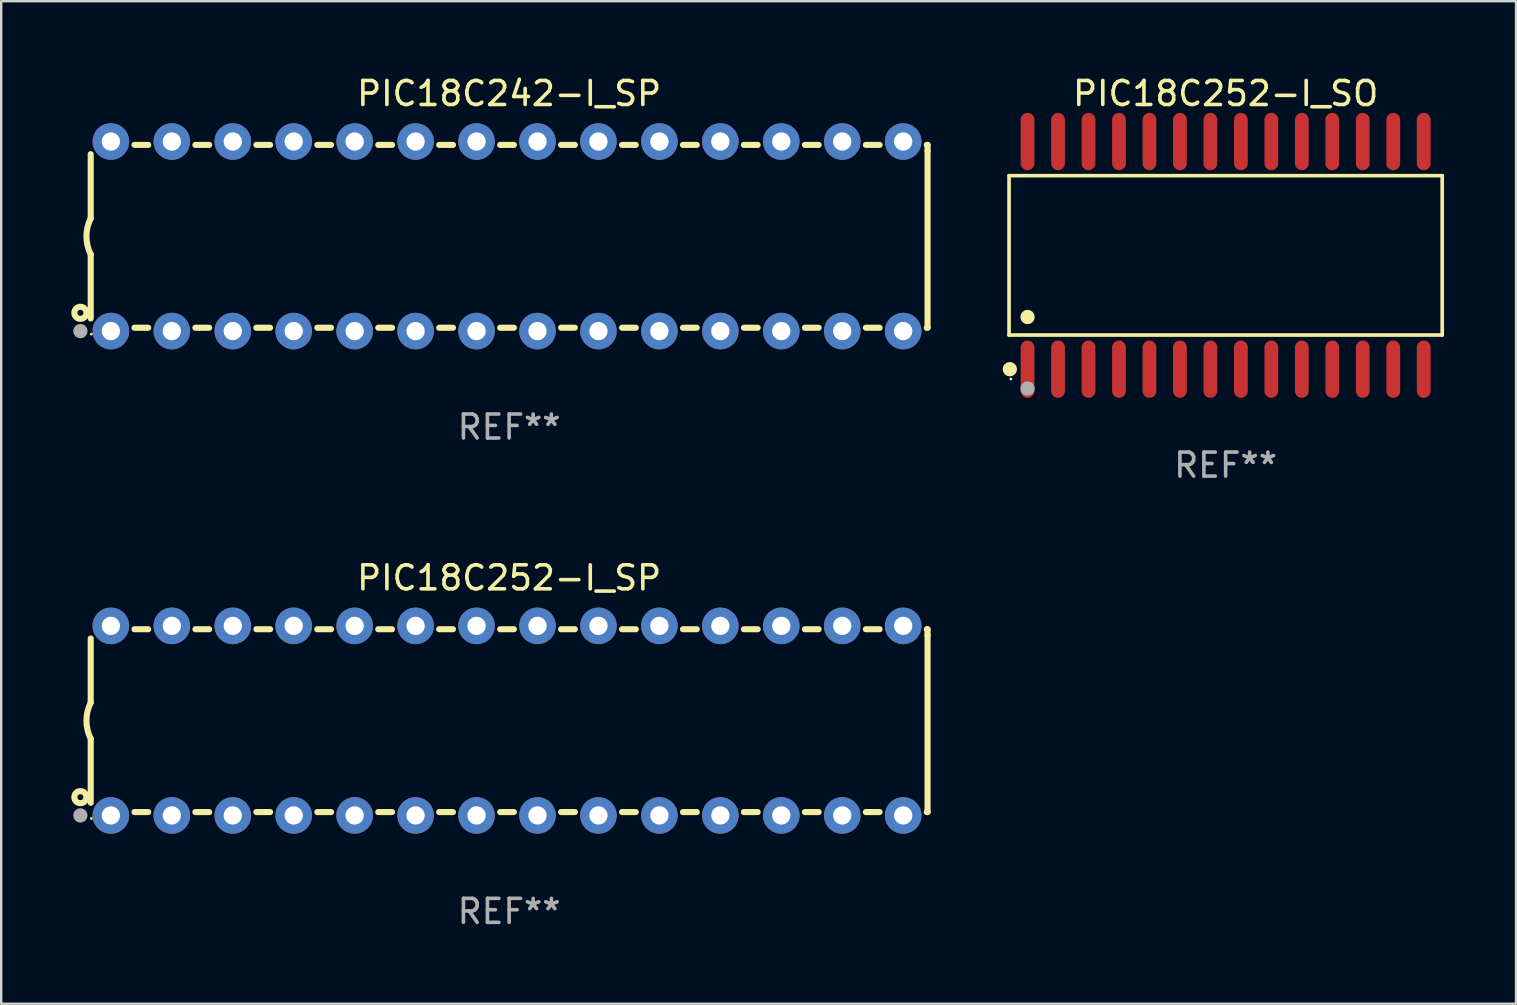
<source format=kicad_pcb>
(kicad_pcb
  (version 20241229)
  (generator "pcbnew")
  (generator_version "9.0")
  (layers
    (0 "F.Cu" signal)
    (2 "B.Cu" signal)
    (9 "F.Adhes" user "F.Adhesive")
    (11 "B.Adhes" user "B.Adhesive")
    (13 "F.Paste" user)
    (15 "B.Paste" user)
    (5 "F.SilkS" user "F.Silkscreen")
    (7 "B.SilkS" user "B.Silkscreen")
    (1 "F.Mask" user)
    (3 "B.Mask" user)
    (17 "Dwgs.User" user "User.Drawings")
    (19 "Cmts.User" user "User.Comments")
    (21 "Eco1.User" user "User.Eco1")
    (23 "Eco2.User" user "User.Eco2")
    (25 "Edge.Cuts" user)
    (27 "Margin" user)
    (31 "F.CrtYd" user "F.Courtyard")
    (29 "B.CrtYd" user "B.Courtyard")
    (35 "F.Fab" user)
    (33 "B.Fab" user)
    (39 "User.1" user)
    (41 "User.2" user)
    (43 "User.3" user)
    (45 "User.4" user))
  (footprint "PIC18C242-I_SP"
    (layer "F.Cu")
    (at 18.168 6.798)
    (property "Reference" "PIC18C242-I_SP" (at 0 -5.95 0) (layer "F.SilkS") (effects (font (size 1 1) (thickness 0.15))))
    (attr through_hole)
    (fp_line (start -17.438 0.75) (end -17.438 3.423) (stroke (width 0.254) (type solid)) (layer "F.SilkS"))
    (fp_line (start -17.438 -3.423) (end -17.438 -0.75) (stroke (width 0.254) (type solid)) (layer "F.SilkS"))
    (fp_line (start -15.615 3.81) (end -15.041 3.81) (stroke (width 0.254) (type solid)) (layer "F.SilkS"))
    (fp_line (start -15.041 -3.81) (end -15.614 -3.81) (stroke (width 0.254) (type solid)) (layer "F.SilkS"))
    (fp_line (start -13.075 3.81) (end -12.501 3.81) (stroke (width 0.254) (type solid)) (layer "F.SilkS"))
    (fp_line (start -12.501 -3.81) (end -13.074 -3.81) (stroke (width 0.254) (type solid)) (layer "F.SilkS"))
    (fp_line (start -10.535 3.81) (end -9.961 3.81) (stroke (width 0.254) (type solid)) (layer "F.SilkS"))
    (fp_line (start -9.961 -3.81) (end -10.534 -3.81) (stroke (width 0.254) (type solid)) (layer "F.SilkS"))
    (fp_line (start -7.995 3.81) (end -7.421 3.81) (stroke (width 0.254) (type solid)) (layer "F.SilkS"))
    (fp_line (start -7.421 -3.81) (end -7.995 -3.81) (stroke (width 0.254) (type solid)) (layer "F.SilkS"))
    (fp_line (start -5.455 3.81) (end -4.881 3.81) (stroke (width 0.254) (type solid)) (layer "F.SilkS"))
    (fp_line (start -4.881 -3.81) (end -5.455 -3.81) (stroke (width 0.254) (type solid)) (layer "F.SilkS"))
    (fp_line (start -2.915 3.81) (end -2.341 3.81) (stroke (width 0.254) (type solid)) (layer "F.SilkS"))
    (fp_line (start -2.341 -3.81) (end -2.915 -3.81) (stroke (width 0.254) (type solid)) (layer "F.SilkS"))
    (fp_line (start -0.375 3.81) (end 0.199 3.81) (stroke (width 0.254) (type solid)) (layer "F.SilkS"))
    (fp_line (start 0.199 -3.81) (end -0.375 -3.81) (stroke (width 0.254) (type solid)) (layer "F.SilkS"))
    (fp_line (start 2.165 3.81) (end 2.739 3.81) (stroke (width 0.254) (type solid)) (layer "F.SilkS"))
    (fp_line (start 2.739 -3.81) (end 2.165 -3.81) (stroke (width 0.254) (type solid)) (layer "F.SilkS"))
    (fp_line (start 4.705 3.81) (end 5.279 3.81) (stroke (width 0.254) (type solid)) (layer "F.SilkS"))
    (fp_line (start 5.279 -3.81) (end 4.705 -3.81) (stroke (width 0.254) (type solid)) (layer "F.SilkS"))
    (fp_line (start 7.245 3.81) (end 7.819 3.81) (stroke (width 0.254) (type solid)) (layer "F.SilkS"))
    (fp_line (start 7.819 -3.81) (end 7.245 -3.81) (stroke (width 0.254) (type solid)) (layer "F.SilkS"))
    (fp_line (start 9.785 3.81) (end 10.359 3.81) (stroke (width 0.254) (type solid)) (layer "F.SilkS"))
    (fp_line (start 10.359 -3.81) (end 9.785 -3.81) (stroke (width 0.254) (type solid)) (layer "F.SilkS"))
    (fp_line (start 12.325 3.81) (end 12.899 3.81) (stroke (width 0.254) (type solid)) (layer "F.SilkS"))
    (fp_line (start 12.899 -3.81) (end 12.325 -3.81) (stroke (width 0.254) (type solid)) (layer "F.SilkS"))
    (fp_line (start 14.865 3.81) (end 15.439 3.81) (stroke (width 0.254) (type solid)) (layer "F.SilkS"))
    (fp_line (start 15.439 -3.81) (end 14.865 -3.81) (stroke (width 0.254) (type solid)) (layer "F.SilkS"))
    (fp_line (start 17.405 3.81) (end 17.438 3.81) (stroke (width 0.254) (type solid)) (layer "F.SilkS"))
    (fp_line (start 17.438 -3.81) (end 17.405 -3.81) (stroke (width 0.254) (type solid)) (layer "F.SilkS"))
    (fp_line (start 17.438 -3.556) (end 17.438 -3.81) (stroke (width 0.254) (type solid)) (layer "F.SilkS"))
    (fp_line (start 17.438 3.81) (end 17.438 -3.556) (stroke (width 0.254) (type solid)) (layer "F.SilkS"))
    (fp_arc (start -17.437986 0.749657) (mid -17.614887 -0.000024) (end -17.437783 -0.749657) (stroke (width 0.254001) (type solid)) (layer "F.SilkS"))
    (fp_circle (center -17.868 3.188) (end -17.743 3.188) (stroke (width 0.254) (type solid)) (fill no) (layer "F.SilkS"))
    (fp_circle (center -17.411 4.077) (end -17.381 4.077) (stroke (width 0.06) (type solid)) (fill no) (layer "F.SilkS"))
    (fp_circle (center -17.868 3.95) (end -17.718 3.95) (stroke (width 0.3) (type solid)) (fill no) (layer "F.Fab"))
    (fp_text user "REF**" (at 0 7.95 0) (layer "F.Fab") (effects (font (size 1 1) (thickness 0.15))))
    (pad "1" thru_hole circle (at -16.598 3.95) (size 1.524 1.524) (drill 0.762) (layers "*.Cu" "*.Mask"))
    (pad "2" thru_hole circle (at -14.058 3.95) (size 1.524 1.524) (drill 0.762) (layers "*.Cu" "*.Mask"))
    (pad "3" thru_hole circle (at -11.518 3.95) (size 1.524 1.524) (drill 0.762) (layers "*.Cu" "*.Mask"))
    (pad "4" thru_hole circle (at -8.978 3.95) (size 1.524 1.524) (drill 0.762) (layers "*.Cu" "*.Mask"))
    (pad "5" thru_hole circle (at -6.438 3.95) (size 1.524 1.524) (drill 0.762) (layers "*.Cu" "*.Mask"))
    (pad "6" thru_hole circle (at -3.898 3.95) (size 1.524 1.524) (drill 0.762) (layers "*.Cu" "*.Mask"))
    (pad "7" thru_hole circle (at -1.358 3.95) (size 1.524 1.524) (drill 0.762) (layers "*.Cu" "*.Mask"))
    (pad "8" thru_hole circle (at 1.182 3.95) (size 1.524 1.524) (drill 0.762) (layers "*.Cu" "*.Mask"))
    (pad "9" thru_hole circle (at 3.722 3.95) (size 1.524 1.524) (drill 0.762) (layers "*.Cu" "*.Mask"))
    (pad "10" thru_hole circle (at 6.262 3.95) (size 1.524 1.524) (drill 0.762) (layers "*.Cu" "*.Mask"))
    (pad "11" thru_hole circle (at 8.802 3.95) (size 1.524 1.524) (drill 0.762) (layers "*.Cu" "*.Mask"))
    (pad "12" thru_hole circle (at 11.342 3.95) (size 1.524 1.524) (drill 0.762) (layers "*.Cu" "*.Mask"))
    (pad "13" thru_hole circle (at 13.882 3.95) (size 1.524 1.524) (drill 0.762) (layers "*.Cu" "*.Mask"))
    (pad "14" thru_hole circle (at 16.422 3.95) (size 1.524 1.524) (drill 0.762) (layers "*.Cu" "*.Mask"))
    (pad "15" thru_hole circle (at 16.422 -3.95) (size 1.524 1.524) (drill 0.762) (layers "*.Cu" "*.Mask"))
    (pad "16" thru_hole circle (at 13.882 -3.95) (size 1.524 1.524) (drill 0.762) (layers "*.Cu" "*.Mask"))
    (pad "17" thru_hole circle (at 11.342 -3.95) (size 1.524 1.524) (drill 0.762) (layers "*.Cu" "*.Mask"))
    (pad "18" thru_hole circle (at 8.802 -3.95) (size 1.524 1.524) (drill 0.762) (layers "*.Cu" "*.Mask"))
    (pad "19" thru_hole circle (at 6.262 -3.95) (size 1.524 1.524) (drill 0.762) (layers "*.Cu" "*.Mask"))
    (pad "20" thru_hole circle (at 3.722 -3.95) (size 1.524 1.524) (drill 0.762) (layers "*.Cu" "*.Mask"))
    (pad "21" thru_hole circle (at 1.182 -3.95) (size 1.524 1.524) (drill 0.762) (layers "*.Cu" "*.Mask"))
    (pad "22" thru_hole circle (at -1.358 -3.95) (size 1.524 1.524) (drill 0.762) (layers "*.Cu" "*.Mask"))
    (pad "23" thru_hole circle (at -3.898 -3.95) (size 1.524 1.524) (drill 0.762) (layers "*.Cu" "*.Mask"))
    (pad "24" thru_hole circle (at -6.438 -3.95) (size 1.524 1.524) (drill 0.762) (layers "*.Cu" "*.Mask"))
    (pad "25" thru_hole circle (at -8.978 -3.95) (size 1.524 1.524) (drill 0.762) (layers "*.Cu" "*.Mask"))
    (pad "26" thru_hole circle (at -11.517 -3.95) (size 1.524 1.524) (drill 0.762) (layers "*.Cu" "*.Mask"))
    (pad "27" thru_hole circle (at -14.057 -3.95) (size 1.524 1.524) (drill 0.762) (layers "*.Cu" "*.Mask"))
    (pad "28" thru_hole circle (at -16.597 -3.95) (size 1.524 1.524) (drill 0.762) (layers "*.Cu" "*.Mask")))
  (footprint "PIC18C252-I_SP"
    (layer "F.Cu")
    (at 18.168 26.983)
    (property "Reference" "PIC18C252-I_SP" (at 0 -5.95 0) (layer "F.SilkS") (effects (font (size 1 1) (thickness 0.15))))
    (attr through_hole)
    (fp_line (start -17.438 0.75) (end -17.438 3.423) (stroke (width 0.254) (type solid)) (layer "F.SilkS"))
    (fp_line (start -17.438 -3.423) (end -17.438 -0.75) (stroke (width 0.254) (type solid)) (layer "F.SilkS"))
    (fp_line (start -15.615 3.81) (end -15.041 3.81) (stroke (width 0.254) (type solid)) (layer "F.SilkS"))
    (fp_line (start -15.041 -3.81) (end -15.614 -3.81) (stroke (width 0.254) (type solid)) (layer "F.SilkS"))
    (fp_line (start -13.075 3.81) (end -12.501 3.81) (stroke (width 0.254) (type solid)) (layer "F.SilkS"))
    (fp_line (start -12.501 -3.81) (end -13.074 -3.81) (stroke (width 0.254) (type solid)) (layer "F.SilkS"))
    (fp_line (start -10.535 3.81) (end -9.961 3.81) (stroke (width 0.254) (type solid)) (layer "F.SilkS"))
    (fp_line (start -9.961 -3.81) (end -10.534 -3.81) (stroke (width 0.254) (type solid)) (layer "F.SilkS"))
    (fp_line (start -7.995 3.81) (end -7.421 3.81) (stroke (width 0.254) (type solid)) (layer "F.SilkS"))
    (fp_line (start -7.421 -3.81) (end -7.995 -3.81) (stroke (width 0.254) (type solid)) (layer "F.SilkS"))
    (fp_line (start -5.455 3.81) (end -4.881 3.81) (stroke (width 0.254) (type solid)) (layer "F.SilkS"))
    (fp_line (start -4.881 -3.81) (end -5.455 -3.81) (stroke (width 0.254) (type solid)) (layer "F.SilkS"))
    (fp_line (start -2.915 3.81) (end -2.341 3.81) (stroke (width 0.254) (type solid)) (layer "F.SilkS"))
    (fp_line (start -2.341 -3.81) (end -2.915 -3.81) (stroke (width 0.254) (type solid)) (layer "F.SilkS"))
    (fp_line (start -0.375 3.81) (end 0.199 3.81) (stroke (width 0.254) (type solid)) (layer "F.SilkS"))
    (fp_line (start 0.199 -3.81) (end -0.375 -3.81) (stroke (width 0.254) (type solid)) (layer "F.SilkS"))
    (fp_line (start 2.165 3.81) (end 2.739 3.81) (stroke (width 0.254) (type solid)) (layer "F.SilkS"))
    (fp_line (start 2.739 -3.81) (end 2.165 -3.81) (stroke (width 0.254) (type solid)) (layer "F.SilkS"))
    (fp_line (start 4.705 3.81) (end 5.279 3.81) (stroke (width 0.254) (type solid)) (layer "F.SilkS"))
    (fp_line (start 5.279 -3.81) (end 4.705 -3.81) (stroke (width 0.254) (type solid)) (layer "F.SilkS"))
    (fp_line (start 7.245 3.81) (end 7.819 3.81) (stroke (width 0.254) (type solid)) (layer "F.SilkS"))
    (fp_line (start 7.819 -3.81) (end 7.245 -3.81) (stroke (width 0.254) (type solid)) (layer "F.SilkS"))
    (fp_line (start 9.785 3.81) (end 10.359 3.81) (stroke (width 0.254) (type solid)) (layer "F.SilkS"))
    (fp_line (start 10.359 -3.81) (end 9.785 -3.81) (stroke (width 0.254) (type solid)) (layer "F.SilkS"))
    (fp_line (start 12.325 3.81) (end 12.899 3.81) (stroke (width 0.254) (type solid)) (layer "F.SilkS"))
    (fp_line (start 12.899 -3.81) (end 12.325 -3.81) (stroke (width 0.254) (type solid)) (layer "F.SilkS"))
    (fp_line (start 14.865 3.81) (end 15.439 3.81) (stroke (width 0.254) (type solid)) (layer "F.SilkS"))
    (fp_line (start 15.439 -3.81) (end 14.865 -3.81) (stroke (width 0.254) (type solid)) (layer "F.SilkS"))
    (fp_line (start 17.405 3.81) (end 17.438 3.81) (stroke (width 0.254) (type solid)) (layer "F.SilkS"))
    (fp_line (start 17.438 -3.81) (end 17.405 -3.81) (stroke (width 0.254) (type solid)) (layer "F.SilkS"))
    (fp_line (start 17.438 -3.556) (end 17.438 -3.81) (stroke (width 0.254) (type solid)) (layer "F.SilkS"))
    (fp_line (start 17.438 3.81) (end 17.438 -3.556) (stroke (width 0.254) (type solid)) (layer "F.SilkS"))
    (fp_arc (start -17.437986 0.749657) (mid -17.614887 -0.000024) (end -17.437783 -0.749657) (stroke (width 0.254001) (type solid)) (layer "F.SilkS"))
    (fp_circle (center -17.868 3.188) (end -17.743 3.188) (stroke (width 0.254) (type solid)) (fill no) (layer "F.SilkS"))
    (fp_circle (center -17.411 4.077) (end -17.381 4.077) (stroke (width 0.06) (type solid)) (fill no) (layer "F.SilkS"))
    (fp_circle (center -17.868 3.95) (end -17.718 3.95) (stroke (width 0.3) (type solid)) (fill no) (layer "F.Fab"))
    (fp_text user "REF**" (at 0 7.95 0) (layer "F.Fab") (effects (font (size 1 1) (thickness 0.15))))
    (pad "1" thru_hole circle (at -16.598 3.95) (size 1.524 1.524) (drill 0.762) (layers "*.Cu" "*.Mask"))
    (pad "2" thru_hole circle (at -14.058 3.95) (size 1.524 1.524) (drill 0.762) (layers "*.Cu" "*.Mask"))
    (pad "3" thru_hole circle (at -11.518 3.95) (size 1.524 1.524) (drill 0.762) (layers "*.Cu" "*.Mask"))
    (pad "4" thru_hole circle (at -8.978 3.95) (size 1.524 1.524) (drill 0.762) (layers "*.Cu" "*.Mask"))
    (pad "5" thru_hole circle (at -6.438 3.95) (size 1.524 1.524) (drill 0.762) (layers "*.Cu" "*.Mask"))
    (pad "6" thru_hole circle (at -3.898 3.95) (size 1.524 1.524) (drill 0.762) (layers "*.Cu" "*.Mask"))
    (pad "7" thru_hole circle (at -1.358 3.95) (size 1.524 1.524) (drill 0.762) (layers "*.Cu" "*.Mask"))
    (pad "8" thru_hole circle (at 1.182 3.95) (size 1.524 1.524) (drill 0.762) (layers "*.Cu" "*.Mask"))
    (pad "9" thru_hole circle (at 3.722 3.95) (size 1.524 1.524) (drill 0.762) (layers "*.Cu" "*.Mask"))
    (pad "10" thru_hole circle (at 6.262 3.95) (size 1.524 1.524) (drill 0.762) (layers "*.Cu" "*.Mask"))
    (pad "11" thru_hole circle (at 8.802 3.95) (size 1.524 1.524) (drill 0.762) (layers "*.Cu" "*.Mask"))
    (pad "12" thru_hole circle (at 11.342 3.95) (size 1.524 1.524) (drill 0.762) (layers "*.Cu" "*.Mask"))
    (pad "13" thru_hole circle (at 13.882 3.95) (size 1.524 1.524) (drill 0.762) (layers "*.Cu" "*.Mask"))
    (pad "14" thru_hole circle (at 16.422 3.95) (size 1.524 1.524) (drill 0.762) (layers "*.Cu" "*.Mask"))
    (pad "15" thru_hole circle (at 16.422 -3.95) (size 1.524 1.524) (drill 0.762) (layers "*.Cu" "*.Mask"))
    (pad "16" thru_hole circle (at 13.882 -3.95) (size 1.524 1.524) (drill 0.762) (layers "*.Cu" "*.Mask"))
    (pad "17" thru_hole circle (at 11.342 -3.95) (size 1.524 1.524) (drill 0.762) (layers "*.Cu" "*.Mask"))
    (pad "18" thru_hole circle (at 8.802 -3.95) (size 1.524 1.524) (drill 0.762) (layers "*.Cu" "*.Mask"))
    (pad "19" thru_hole circle (at 6.262 -3.95) (size 1.524 1.524) (drill 0.762) (layers "*.Cu" "*.Mask"))
    (pad "20" thru_hole circle (at 3.722 -3.95) (size 1.524 1.524) (drill 0.762) (layers "*.Cu" "*.Mask"))
    (pad "21" thru_hole circle (at 1.182 -3.95) (size 1.524 1.524) (drill 0.762) (layers "*.Cu" "*.Mask"))
    (pad "22" thru_hole circle (at -1.358 -3.95) (size 1.524 1.524) (drill 0.762) (layers "*.Cu" "*.Mask"))
    (pad "23" thru_hole circle (at -3.898 -3.95) (size 1.524 1.524) (drill 0.762) (layers "*.Cu" "*.Mask"))
    (pad "24" thru_hole circle (at -6.438 -3.95) (size 1.524 1.524) (drill 0.762) (layers "*.Cu" "*.Mask"))
    (pad "25" thru_hole circle (at -8.978 -3.95) (size 1.524 1.524) (drill 0.762) (layers "*.Cu" "*.Mask"))
    (pad "26" thru_hole circle (at -11.517 -3.95) (size 1.524 1.524) (drill 0.762) (layers "*.Cu" "*.Mask"))
    (pad "27" thru_hole circle (at -14.057 -3.95) (size 1.524 1.524) (drill 0.762) (layers "*.Cu" "*.Mask"))
    (pad "28" thru_hole circle (at -16.597 -3.95) (size 1.524 1.524) (drill 0.762) (layers "*.Cu" "*.Mask")))
  (footprint "PIC18C252-I_SO"
    (layer "F.Cu")
    (at 48.028 7.592)
    (property "Reference" "PIC18C252-I_SO" (at 0 -6.744 0) (layer "F.SilkS") (effects (font (size 1 1) (thickness 0.15))))
    (attr through_hole)
    (fp_line (start -9.026 -3.321) (end 9.026 -3.321) (stroke (width 0.152) (type solid)) (layer "F.SilkS"))
    (fp_line (start -9.026 3.321) (end -9.026 -3.321) (stroke (width 0.152) (type solid)) (layer "F.SilkS"))
    (fp_line (start 9.026 -3.321) (end 9.026 3.321) (stroke (width 0.152) (type solid)) (layer "F.SilkS"))
    (fp_line (start 9.026 3.321) (end -9.026 3.321) (stroke (width 0.152) (type solid)) (layer "F.SilkS"))
    (fp_circle (center -8.994 4.744) (end -8.844 4.744) (stroke (width 0.3) (type solid)) (fill no) (layer "F.SilkS"))
    (fp_circle (center -8.95 5.15) (end -8.92 5.15) (stroke (width 0.06) (type solid)) (fill no) (layer "F.SilkS"))
    (fp_circle (center -8.255 2.569) (end -8.105 2.569) (stroke (width 0.3) (type solid)) (fill no) (layer "F.SilkS"))
    (fp_circle (center -8.255 5.55) (end -8.105 5.55) (stroke (width 0.3) (type solid)) (fill no) (layer "F.Fab"))
    (fp_text user "REF**" (at 0 8.744 0) (layer "F.Fab") (effects (font (size 1 1) (thickness 0.15))))
    (pad "1" smd oval (at -8.255 4.744) (size 0.574 2.388) (layers "F.Cu" "F.Mask" "F.Paste"))
    (pad "2" smd oval (at -6.985 4.744) (size 0.574 2.388) (layers "F.Cu" "F.Mask" "F.Paste"))
    (pad "3" smd oval (at -5.715 4.744) (size 0.574 2.388) (layers "F.Cu" "F.Mask" "F.Paste"))
    (pad "4" smd oval (at -4.445 4.744) (size 0.574 2.388) (layers "F.Cu" "F.Mask" "F.Paste"))
    (pad "5" smd oval (at -3.175 4.744) (size 0.574 2.388) (layers "F.Cu" "F.Mask" "F.Paste"))
    (pad "6" smd oval (at -1.905 4.744) (size 0.574 2.388) (layers "F.Cu" "F.Mask" "F.Paste"))
    (pad "7" smd oval (at -0.635 4.744) (size 0.574 2.388) (layers "F.Cu" "F.Mask" "F.Paste"))
    (pad "8" smd oval (at 0.635 4.744) (size 0.574 2.388) (layers "F.Cu" "F.Mask" "F.Paste"))
    (pad "9" smd oval (at 1.905 4.744) (size 0.574 2.388) (layers "F.Cu" "F.Mask" "F.Paste"))
    (pad "10" smd oval (at 3.175 4.744) (size 0.574 2.388) (layers "F.Cu" "F.Mask" "F.Paste"))
    (pad "11" smd oval (at 4.445 4.744) (size 0.574 2.388) (layers "F.Cu" "F.Mask" "F.Paste"))
    (pad "12" smd oval (at 5.715 4.744) (size 0.574 2.388) (layers "F.Cu" "F.Mask" "F.Paste"))
    (pad "13" smd oval (at 6.985 4.744) (size 0.574 2.388) (layers "F.Cu" "F.Mask" "F.Paste"))
    (pad "14" smd oval (at 8.255 4.744) (size 0.574 2.388) (layers "F.Cu" "F.Mask" "F.Paste"))
    (pad "15" smd oval (at 8.255 -4.744) (size 0.574 2.388) (layers "F.Cu" "F.Mask" "F.Paste"))
    (pad "16" smd oval (at 6.985 -4.744) (size 0.574 2.388) (layers "F.Cu" "F.Mask" "F.Paste"))
    (pad "17" smd oval (at 5.715 -4.744) (size 0.574 2.388) (layers "F.Cu" "F.Mask" "F.Paste"))
    (pad "18" smd oval (at 4.445 -4.744) (size 0.574 2.388) (layers "F.Cu" "F.Mask" "F.Paste"))
    (pad "19" smd oval (at 3.175 -4.744) (size 0.574 2.388) (layers "F.Cu" "F.Mask" "F.Paste"))
    (pad "20" smd oval (at 1.905 -4.744) (size 0.574 2.388) (layers "F.Cu" "F.Mask" "F.Paste"))
    (pad "21" smd oval (at 0.635 -4.744) (size 0.574 2.388) (layers "F.Cu" "F.Mask" "F.Paste"))
    (pad "22" smd oval (at -0.635 -4.744) (size 0.574 2.388) (layers "F.Cu" "F.Mask" "F.Paste"))
    (pad "23" smd oval (at -1.905 -4.744) (size 0.574 2.388) (layers "F.Cu" "F.Mask" "F.Paste"))
    (pad "24" smd oval (at -3.175 -4.744) (size 0.574 2.388) (layers "F.Cu" "F.Mask" "F.Paste"))
    (pad "25" smd oval (at -4.445 -4.744) (size 0.574 2.388) (layers "F.Cu" "F.Mask" "F.Paste"))
    (pad "26" smd oval (at -5.715 -4.744) (size 0.574 2.388) (layers "F.Cu" "F.Mask" "F.Paste"))
    (pad "27" smd oval (at -6.985 -4.744) (size 0.574 2.388) (layers "F.Cu" "F.Mask" "F.Paste"))
    (pad "28" smd oval (at -8.255 -4.744) (size 0.574 2.388) (layers "F.Cu" "F.Mask" "F.Paste")))
  (gr_rect
    (start -3 -3)
    (end 60.13 38.781)
    (stroke (width 0.1) (type default))
    (fill no)
    (layer "Edge.Cuts")))
</source>
